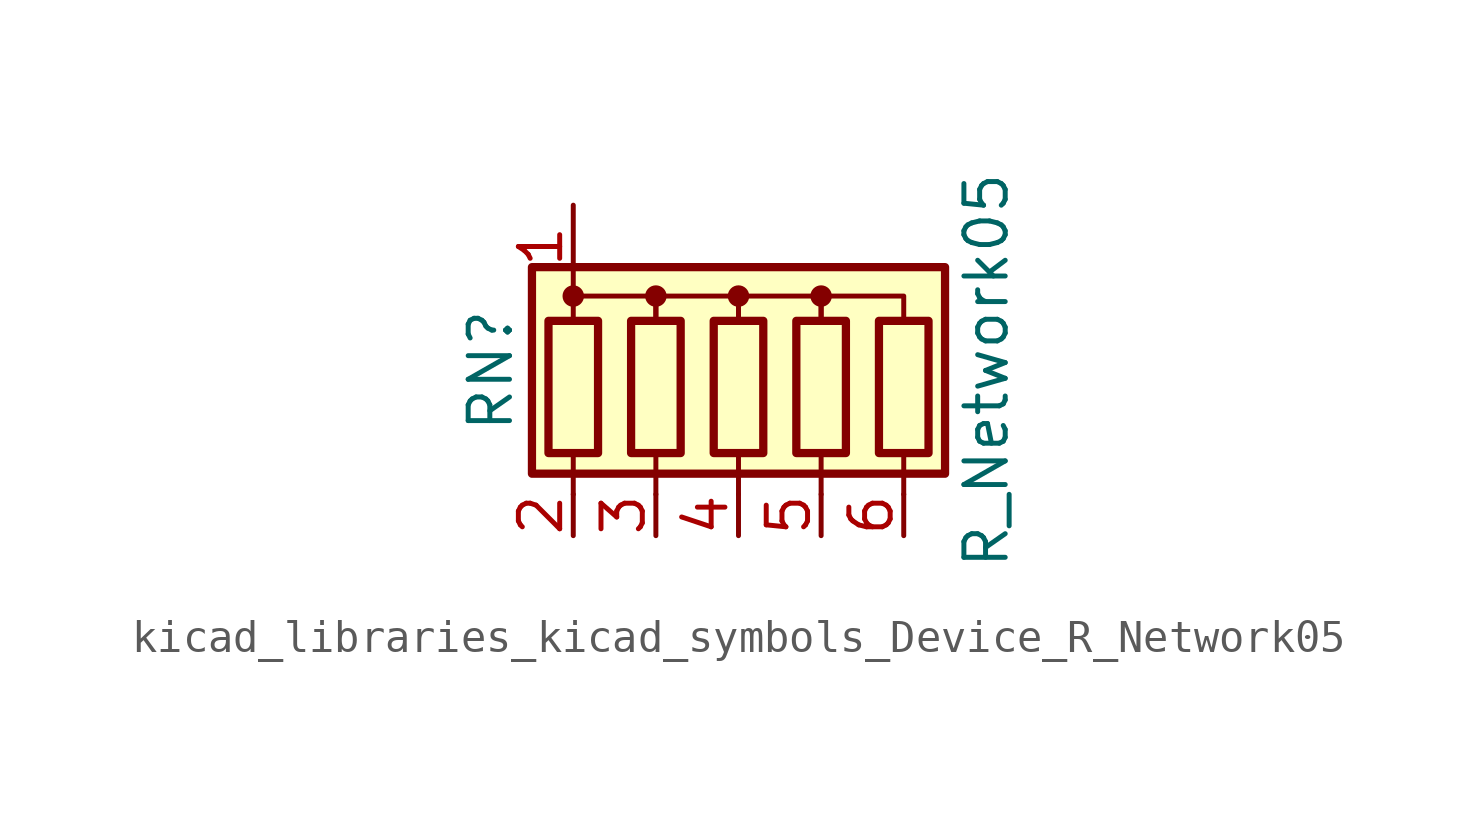
<source format=kicad_sym>
(kicad_symbol_lib
  (version 20220914)
  (generator kicad_symbol_editor)
  (symbol "kicad_libraries_kicad_symbols_Device_R_Network05"
    (pin_names
      (offset 0) hide)
    (property "Reference" "RN"
      (at -7.62 0 90)
      (effects (font (size 1.27 1.27))))
    (property "Value" "R_Network05"
      (at 7.62 0 90)
      (effects (font (size 1.27 1.27))))
    (symbol "kicad_libraries_kicad_symbols_Device_R_Network05_0_1"
      (rectangle (start -6.35 -3.175) (end 6.35 3.175) (stroke (width 0.254) (type default)) (fill (type background)))
      (rectangle (start -5.842 1.524) (end -4.318 -2.54) (stroke (width 0.254) (type default)) (fill (type none)))
      (circle (center -5.08 2.286) (radius 0.254) (stroke (width 0) (type default)) (fill (type outline)))
      (rectangle (start -3.302 1.524) (end -1.778 -2.54) (stroke (width 0.254) (type default)) (fill (type none)))
      (circle (center -2.54 2.286) (radius 0.254) (stroke (width 0) (type default)) (fill (type outline)))
      (rectangle (start -0.762 1.524) (end 0.762 -2.54) (stroke (width 0.254) (type default)) (fill (type none)))
      (polyline (pts (xy -5.08 -2.54) (xy -5.08 -3.81)) (stroke (width 0) (type default)) (fill (type none)))
      (polyline (pts (xy -2.54 -2.54) (xy -2.54 -3.81)) (stroke (width 0) (type default)) (fill (type none)))
      (polyline (pts (xy 0 -2.54) (xy 0 -3.81)) (stroke (width 0) (type default)) (fill (type none)))
      (polyline (pts (xy 2.54 -2.54) (xy 2.54 -3.81)) (stroke (width 0) (type default)) (fill (type none)))
      (polyline (pts (xy 5.08 -2.54) (xy 5.08 -3.81)) (stroke (width 0) (type default)) (fill (type none)))
      (polyline (pts (xy -5.08 1.524) (xy -5.08 2.286) (xy -2.54 2.286) (xy -2.54 1.524)) (stroke (width 0) (type default)) (fill (type none)))
      (polyline (pts (xy -2.54 1.524) (xy -2.54 2.286) (xy 0 2.286) (xy 0 1.524)) (stroke (width 0) (type default)) (fill (type none)))
      (polyline (pts (xy 0 1.524) (xy 0 2.286) (xy 2.54 2.286) (xy 2.54 1.524)) (stroke (width 0) (type default)) (fill (type none)))
      (polyline (pts (xy 2.54 1.524) (xy 2.54 2.286) (xy 5.08 2.286) (xy 5.08 1.524)) (stroke (width 0) (type default)) (fill (type none)))
      (circle (center 0 2.286) (radius 0.254) (stroke (width 0) (type default)) (fill (type outline)))
      (rectangle (start 1.778 1.524) (end 3.302 -2.54) (stroke (width 0.254) (type default)) (fill (type none)))
      (circle (center 2.54 2.286) (radius 0.254) (stroke (width 0) (type default)) (fill (type outline)))
      (rectangle (start 4.318 1.524) (end 5.842 -2.54) (stroke (width 0.254) (type default)) (fill (type none))))
    (symbol "kicad_libraries_kicad_symbols_Device_R_Network05_1_1"
      (pin passive line (at -5.08 5.08 270) (length 2.54) (name "common" (effects (font (size 1.27 1.27)))) (number "1" (effects (font (size 1.27 1.27)))))
      (pin passive line (at -5.08 -5.08 90) (length 1.27) (name "R1" (effects (font (size 1.27 1.27)))) (number "2" (effects (font (size 1.27 1.27)))))
      (pin passive line (at -2.54 -5.08 90) (length 1.27) (name "R2" (effects (font (size 1.27 1.27)))) (number "3" (effects (font (size 1.27 1.27)))))
      (pin passive line (at 0 -5.08 90) (length 1.27) (name "R3" (effects (font (size 1.27 1.27)))) (number "4" (effects (font (size 1.27 1.27)))))
      (pin passive line (at 2.54 -5.08 90) (length 1.27) (name "R4" (effects (font (size 1.27 1.27)))) (number "5" (effects (font (size 1.27 1.27)))))
      (pin passive line (at 5.08 -5.08 90) (length 1.27) (name "R5" (effects (font (size 1.27 1.27)))) (number "6" (effects (font (size 1.27 1.27))))))))
</source>
